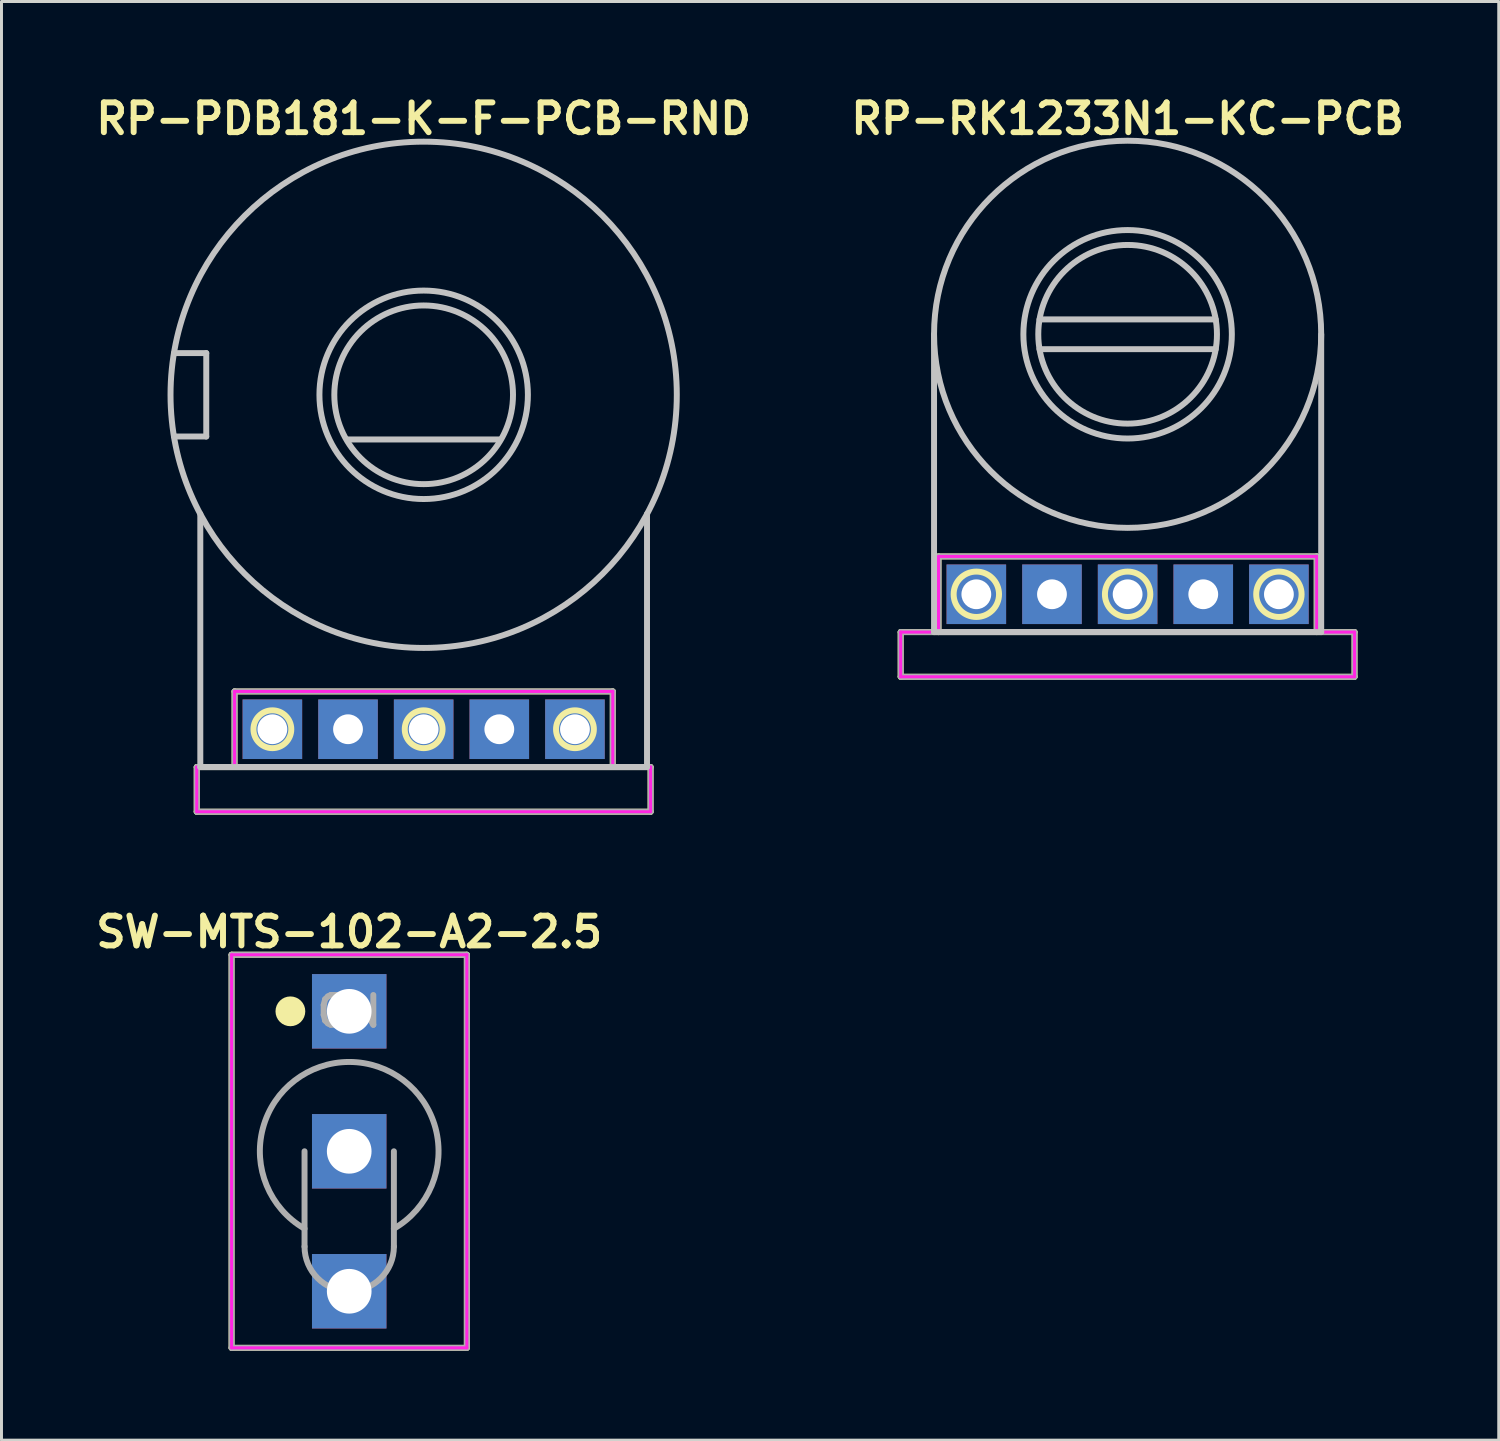
<source format=kicad_pcb>
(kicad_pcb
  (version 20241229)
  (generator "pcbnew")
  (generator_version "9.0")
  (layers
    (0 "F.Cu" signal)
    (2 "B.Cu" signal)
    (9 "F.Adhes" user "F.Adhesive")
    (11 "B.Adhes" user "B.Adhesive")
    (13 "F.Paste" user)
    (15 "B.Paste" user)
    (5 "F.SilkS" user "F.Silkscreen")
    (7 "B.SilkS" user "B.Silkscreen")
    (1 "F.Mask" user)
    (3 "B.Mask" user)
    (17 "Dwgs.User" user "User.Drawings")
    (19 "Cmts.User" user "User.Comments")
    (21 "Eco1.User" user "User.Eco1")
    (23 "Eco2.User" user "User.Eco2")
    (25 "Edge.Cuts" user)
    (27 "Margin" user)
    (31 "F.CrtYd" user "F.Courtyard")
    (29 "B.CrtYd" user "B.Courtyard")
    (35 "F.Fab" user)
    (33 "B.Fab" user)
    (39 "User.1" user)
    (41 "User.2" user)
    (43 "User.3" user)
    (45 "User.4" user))
  (footprint "RP-PDB181-K-F-PCB-RND"
    (layer "F.Cu")
    (at 11.176 10.207)
    (property "Reference" "RP-PDB181-K-F-PCB-RND" (at 0 -9.271 0) (layer "F.SilkS") (effects (font (size 1 1) (thickness 0.2))))
    (attr through_hole)
    (fp_line (start -7.62 12.5) (end -7.62 14) (stroke (width 0.2) (type solid)) (layer "F.SilkS"))
    (fp_line (start -7.62 12.5) (end 7.62 12.5) (stroke (width 0.2) (type solid)) (layer "F.SilkS"))
    (fp_line (start -7.62 14) (end 7.62 14) (stroke (width 0.2) (type solid)) (layer "F.SilkS"))
    (fp_line (start -6.35 9.96) (end -6.35 12.5) (stroke (width 0.2) (type solid)) (layer "F.SilkS"))
    (fp_line (start -6.35 9.96) (end 6.35 9.96) (stroke (width 0.2) (type solid)) (layer "F.SilkS"))
    (fp_line (start 6.35 9.96) (end 6.35 12.5) (stroke (width 0.2) (type solid)) (layer "F.SilkS"))
    (fp_line (start 7.62 12.5) (end 7.62 14) (stroke (width 0.2) (type solid)) (layer "F.SilkS"))
    (fp_circle (center -5.08 11.23) (end -4.445 11.23) (stroke (width 0.2) (type solid)) (fill no) (layer "F.SilkS"))
    (fp_circle (center 0 11.23) (end 0.635 11.23) (stroke (width 0.2) (type solid)) (fill no) (layer "F.SilkS"))
    (fp_circle (center 5.08 11.23) (end 5.715 11.23) (stroke (width 0.2) (type solid)) (fill no) (layer "F.SilkS"))
    (fp_line (start -8.384 -1.4) (end -7.3 -1.4) (stroke (width 0.2) (type solid)) (layer "Dwgs.User"))
    (fp_line (start -8.384 1.4) (end -7.3 1.4) (stroke (width 0.2) (type solid)) (layer "Dwgs.User"))
    (fp_line (start -7.5 4) (end -7.5 12.5) (stroke (width 0.2) (type solid)) (layer "Dwgs.User"))
    (fp_line (start -7.5 12.5) (end 7.5 12.5) (stroke (width 0.2) (type solid)) (layer "Dwgs.User"))
    (fp_line (start -7.3 -1.4) (end -7.3 1.4) (stroke (width 0.2) (type solid)) (layer "Dwgs.User"))
    (fp_line (start -2.54 1.5) (end 2.54 1.5) (stroke (width 0.2) (type solid)) (layer "Dwgs.User"))
    (fp_line (start 7.5 4) (end 7.5 12.5) (stroke (width 0.2) (type solid)) (layer "Dwgs.User"))
    (fp_circle (center 0 0) (end 3 0) (stroke (width 0.2) (type solid)) (fill no) (layer "Dwgs.User"))
    (fp_circle (center 0 0) (end 3.5 0) (stroke (width 0.2) (type solid)) (fill no) (layer "Dwgs.User"))
    (fp_circle (center 0 0) (end 8.5 0) (stroke (width 0.2) (type solid)) (fill no) (layer "Dwgs.User"))
    (fp_circle (center -7.9 0) (end -6.4 0) (stroke (width 0.4) (type solid)) (fill no) (layer "Eco1.User"))
    (fp_circle (center 0 0) (end 3.7 0) (stroke (width 0.4) (type solid)) (fill no) (layer "Eco1.User"))
    (fp_line (start -7.62 12.5) (end -7.62 14) (stroke (width 0.1) (type solid)) (layer "F.CrtYd"))
    (fp_line (start -7.62 12.5) (end -6.35 12.5) (stroke (width 0.1) (type solid)) (layer "F.CrtYd"))
    (fp_line (start -7.62 14) (end 7.62 14) (stroke (width 0.1) (type solid)) (layer "F.CrtYd"))
    (fp_line (start -6.35 9.96) (end -6.35 12.5) (stroke (width 0.1) (type solid)) (layer "F.CrtYd"))
    (fp_line (start -6.35 9.96) (end 6.35 9.96) (stroke (width 0.1) (type solid)) (layer "F.CrtYd"))
    (fp_line (start 6.35 9.96) (end 6.35 12.5) (stroke (width 0.1) (type solid)) (layer "F.CrtYd"))
    (fp_line (start 6.35 12.5) (end 7.62 12.5) (stroke (width 0.1) (type solid)) (layer "F.CrtYd"))
    (fp_line (start 7.62 12.5) (end 7.62 14) (stroke (width 0.1) (type solid)) (layer "F.CrtYd"))
    (fp_line (start -7.62 12.5) (end -7.62 14) (stroke (width 0.2) (type solid)) (layer "F.Fab"))
    (fp_line (start -7.62 12.5) (end 7.62 12.5) (stroke (width 0.2) (type solid)) (layer "F.Fab"))
    (fp_line (start -7.62 14) (end 7.62 14) (stroke (width 0.2) (type solid)) (layer "F.Fab"))
    (fp_line (start -6.35 9.96) (end -6.35 12.5) (stroke (width 0.2) (type solid)) (layer "F.Fab"))
    (fp_line (start -6.35 9.96) (end 6.35 9.96) (stroke (width 0.2) (type solid)) (layer "F.Fab"))
    (fp_line (start 6.35 9.96) (end 6.35 12.5) (stroke (width 0.2) (type solid)) (layer "F.Fab"))
    (fp_line (start 7.62 12.5) (end 7.62 14) (stroke (width 0.2) (type solid)) (layer "F.Fab"))
    (pad "1" thru_hole rect (at -5.08 11.23) (size 2 2) (drill 1) (layers "B.Cu" "B.Mask"))
    (pad "2" thru_hole rect (at 0 11.23) (size 2 2) (drill 1) (layers "B.Cu" "B.Mask"))
    (pad "3" thru_hole rect (at 5.08 11.23) (size 2 2) (drill 1) (layers "B.Cu" "B.Mask"))
    (pad "NC1" thru_hole rect (at -2.54 11.23) (size 2 2) (drill 1) (layers "B.Cu" "B.Mask"))
    (pad "NC2" thru_hole rect (at 2.54 11.23) (size 2 2) (drill 1) (layers "B.Cu" "B.Mask")))
  (footprint "RP-RK1233N1-KC-PCB"
    (layer "F.Cu")
    (at 34.814 8.175)
    (property "Reference" "RP-RK1233N1-KC-PCB" (at 0 -7.239 0) (layer "F.SilkS") (effects (font (size 1 1) (thickness 0.2))))
    (attr through_hole)
    (fp_line (start -7.62 10) (end -7.62 11.5) (stroke (width 0.2) (type solid)) (layer "F.SilkS"))
    (fp_line (start -7.62 10) (end 7.62 10) (stroke (width 0.2) (type solid)) (layer "F.SilkS"))
    (fp_line (start -7.62 11.5) (end 7.62 11.5) (stroke (width 0.2) (type solid)) (layer "F.SilkS"))
    (fp_line (start -6.35 7.46) (end -6.35 10) (stroke (width 0.2) (type solid)) (layer "F.SilkS"))
    (fp_line (start -6.35 7.46) (end 6.35 7.46) (stroke (width 0.2) (type solid)) (layer "F.SilkS"))
    (fp_line (start 6.35 7.46) (end 6.35 10) (stroke (width 0.2) (type solid)) (layer "F.SilkS"))
    (fp_line (start 7.62 10) (end 7.62 11.5) (stroke (width 0.2) (type solid)) (layer "F.SilkS"))
    (fp_circle (center -5.08 8.73) (end -4.318 8.73) (stroke (width 0.2) (type solid)) (fill no) (layer "F.SilkS"))
    (fp_circle (center 0 8.73) (end 0.762 8.73) (stroke (width 0.2) (type solid)) (fill no) (layer "F.SilkS"))
    (fp_circle (center 5.08 8.73) (end 5.842 8.73) (stroke (width 0.2) (type solid)) (fill no) (layer "F.SilkS"))
    (fp_line (start -6.5 0) (end -6.5 10) (stroke (width 0.2) (type solid)) (layer "Dwgs.User"))
    (fp_line (start -6.5 10) (end 6.5 10) (stroke (width 0.2) (type solid)) (layer "Dwgs.User"))
    (fp_line (start -2.958 -0.5) (end 2.958 -0.5) (stroke (width 0.2) (type solid)) (layer "Dwgs.User"))
    (fp_line (start -2.958 0.5) (end 2.958 0.5) (stroke (width 0.2) (type solid)) (layer "Dwgs.User"))
    (fp_line (start 6.5 0) (end 6.5 10) (stroke (width 0.2) (type solid)) (layer "Dwgs.User"))
    (fp_circle (center 0 0) (end 3 0) (stroke (width 0.2) (type solid)) (fill no) (layer "Dwgs.User"))
    (fp_circle (center 0 0) (end 3.5 0) (stroke (width 0.2) (type solid)) (fill no) (layer "Dwgs.User"))
    (fp_circle (center 0 0) (end 6.5 0) (stroke (width 0.2) (type solid)) (fill no) (layer "Dwgs.User"))
    (fp_circle (center 0 0) (end 3.7 0) (stroke (width 0.4) (type solid)) (fill no) (layer "Eco1.User"))
    (fp_circle (center 0 7.5) (end 1.1 7.5) (stroke (width 0.4) (type solid)) (fill no) (layer "Eco1.User"))
    (fp_line (start -7.62 10) (end -7.62 11.5) (stroke (width 0.1) (type solid)) (layer "F.CrtYd"))
    (fp_line (start -7.62 10) (end -6.35 10) (stroke (width 0.1) (type solid)) (layer "F.CrtYd"))
    (fp_line (start -7.62 11.5) (end 7.62 11.5) (stroke (width 0.1) (type solid)) (layer "F.CrtYd"))
    (fp_line (start -6.35 7.46) (end -6.35 10) (stroke (width 0.1) (type solid)) (layer "F.CrtYd"))
    (fp_line (start -6.35 7.46) (end 6.35 7.46) (stroke (width 0.1) (type solid)) (layer "F.CrtYd"))
    (fp_line (start 6.35 7.46) (end 6.35 10) (stroke (width 0.1) (type solid)) (layer "F.CrtYd"))
    (fp_line (start 6.35 10) (end 7.62 10) (stroke (width 0.1) (type solid)) (layer "F.CrtYd"))
    (fp_line (start 7.62 10) (end 7.62 11.5) (stroke (width 0.1) (type solid)) (layer "F.CrtYd"))
    (fp_line (start -7.62 10) (end -7.62 11.5) (stroke (width 0.2) (type solid)) (layer "F.Fab"))
    (fp_line (start -7.62 10) (end 7.62 10) (stroke (width 0.2) (type solid)) (layer "F.Fab"))
    (fp_line (start -7.62 11.5) (end 7.62 11.5) (stroke (width 0.2) (type solid)) (layer "F.Fab"))
    (fp_line (start -6.35 7.46) (end -6.35 10) (stroke (width 0.2) (type solid)) (layer "F.Fab"))
    (fp_line (start -6.35 7.46) (end 6.35 7.46) (stroke (width 0.2) (type solid)) (layer "F.Fab"))
    (fp_line (start 6.35 7.46) (end 6.35 10) (stroke (width 0.2) (type solid)) (layer "F.Fab"))
    (fp_line (start 7.62 10) (end 7.62 11.5) (stroke (width 0.2) (type solid)) (layer "F.Fab"))
    (pad "1" thru_hole rect (at -5.08 8.73) (size 2 2) (drill 1) (layers "B.Cu" "B.Mask"))
    (pad "2" thru_hole rect (at 0 8.73) (size 2 2) (drill 1) (layers "B.Cu" "B.Mask"))
    (pad "3" thru_hole rect (at 5.08 8.73) (size 2 2) (drill 1) (layers "B.Cu" "B.Mask"))
    (pad "NC1" thru_hole rect (at -2.54 8.73) (size 2 2) (drill 1) (layers "B.Cu" "B.Mask"))
    (pad "NC2" thru_hole rect (at 2.54 8.73) (size 2 2) (drill 1) (layers "B.Cu" "B.Mask")))
  (footprint "SW-MTS-102-A2-2.5"
    (layer "F.Cu")
    (at 8.676 35.609)
    (property "Reference" "SW-MTS-102-A2-2.5" (at 0 -7.366 0) (layer "F.SilkS") (effects (font (size 1 1) (thickness 0.2))))
    (attr through_hole)
    (fp_line (start -3.95 -6.6) (end -3.95 6.6) (stroke (width 0.2) (type solid)) (layer "F.SilkS"))
    (fp_line (start -3.95 -6.6) (end 3.95 -6.6) (stroke (width 0.2) (type solid)) (layer "F.SilkS"))
    (fp_line (start -3.95 6.6) (end 3.95 6.6) (stroke (width 0.2) (type solid)) (layer "F.SilkS"))
    (fp_line (start 3.95 -6.6) (end 3.95 6.6) (stroke (width 0.2) (type solid)) (layer "F.SilkS"))
    (fp_circle (center -1.975 -4.7) (end -1.725 -4.7) (stroke (width 0.5) (type solid)) (fill no) (layer "F.SilkS"))
    (fp_circle (center 0 0) (end 3.2 0) (stroke (width 0.4) (type solid)) (fill no) (layer "Eco1.User"))
    (fp_line (start -3.95 -6.6) (end -3.95 6.6) (stroke (width 0.1) (type solid)) (layer "F.CrtYd"))
    (fp_line (start -3.95 -6.6) (end 3.95 -6.6) (stroke (width 0.1) (type solid)) (layer "F.CrtYd"))
    (fp_line (start -3.95 6.6) (end 3.95 6.6) (stroke (width 0.1) (type solid)) (layer "F.CrtYd"))
    (fp_line (start 3.95 -6.6) (end 3.95 6.6) (stroke (width 0.1) (type solid)) (layer "F.CrtYd"))
    (fp_line (start -3.95 -6.6) (end -3.95 6.6) (stroke (width 0.2) (type solid)) (layer "F.Fab"))
    (fp_line (start -3.95 -6.6) (end 3.95 -6.6) (stroke (width 0.2) (type solid)) (layer "F.Fab"))
    (fp_line (start -3.95 6.6) (end 3.95 6.6) (stroke (width 0.2) (type solid)) (layer "F.Fab"))
    (fp_line (start -1.5 0) (end -1.5 3.2) (stroke (width 0.2) (type solid)) (layer "F.Fab"))
    (fp_line (start 1.5 0) (end 1.5 3.2) (stroke (width 0.2) (type solid)) (layer "F.Fab"))
    (fp_line (start 3.95 -6.6) (end 3.95 6.6) (stroke (width 0.2) (type solid)) (layer "F.Fab"))
    (fp_arc (start -1.5 2.598076) (mid 0 -3) (end 1.5 2.598076) (stroke (width 0.2) (type solid)) (layer "F.Fab"))
    (fp_arc (start 1.5 3.2) (mid 0 4.7) (end -1.5 3.2) (stroke (width 0.2) (type solid)) (layer "F.Fab"))
    (fp_text user "ON" (at 0 -4.7 0) (layer "F.Fab") (effects (font (size 1 1) (thickness 0.2))))
    (pad "COM" thru_hole rect (at 0 0) (size 2.5 2.5) (drill 1.5) (layers "B.Cu" "B.Mask"))
    (pad "NC" thru_hole rect (at 0 -4.7) (size 2.5 2.5) (drill 1.5) (layers "B.Cu" "B.Mask"))
    (pad "NO" thru_hole rect (at 0 4.7) (size 2.5 2.5) (drill 1.5) (layers "B.Cu" "B.Mask")))
  (gr_rect
    (start -3 -3)
    (end 47.276 45.309)
    (stroke (width 0.1) (type default))
    (fill no)
    (layer "Edge.Cuts")))
</source>
